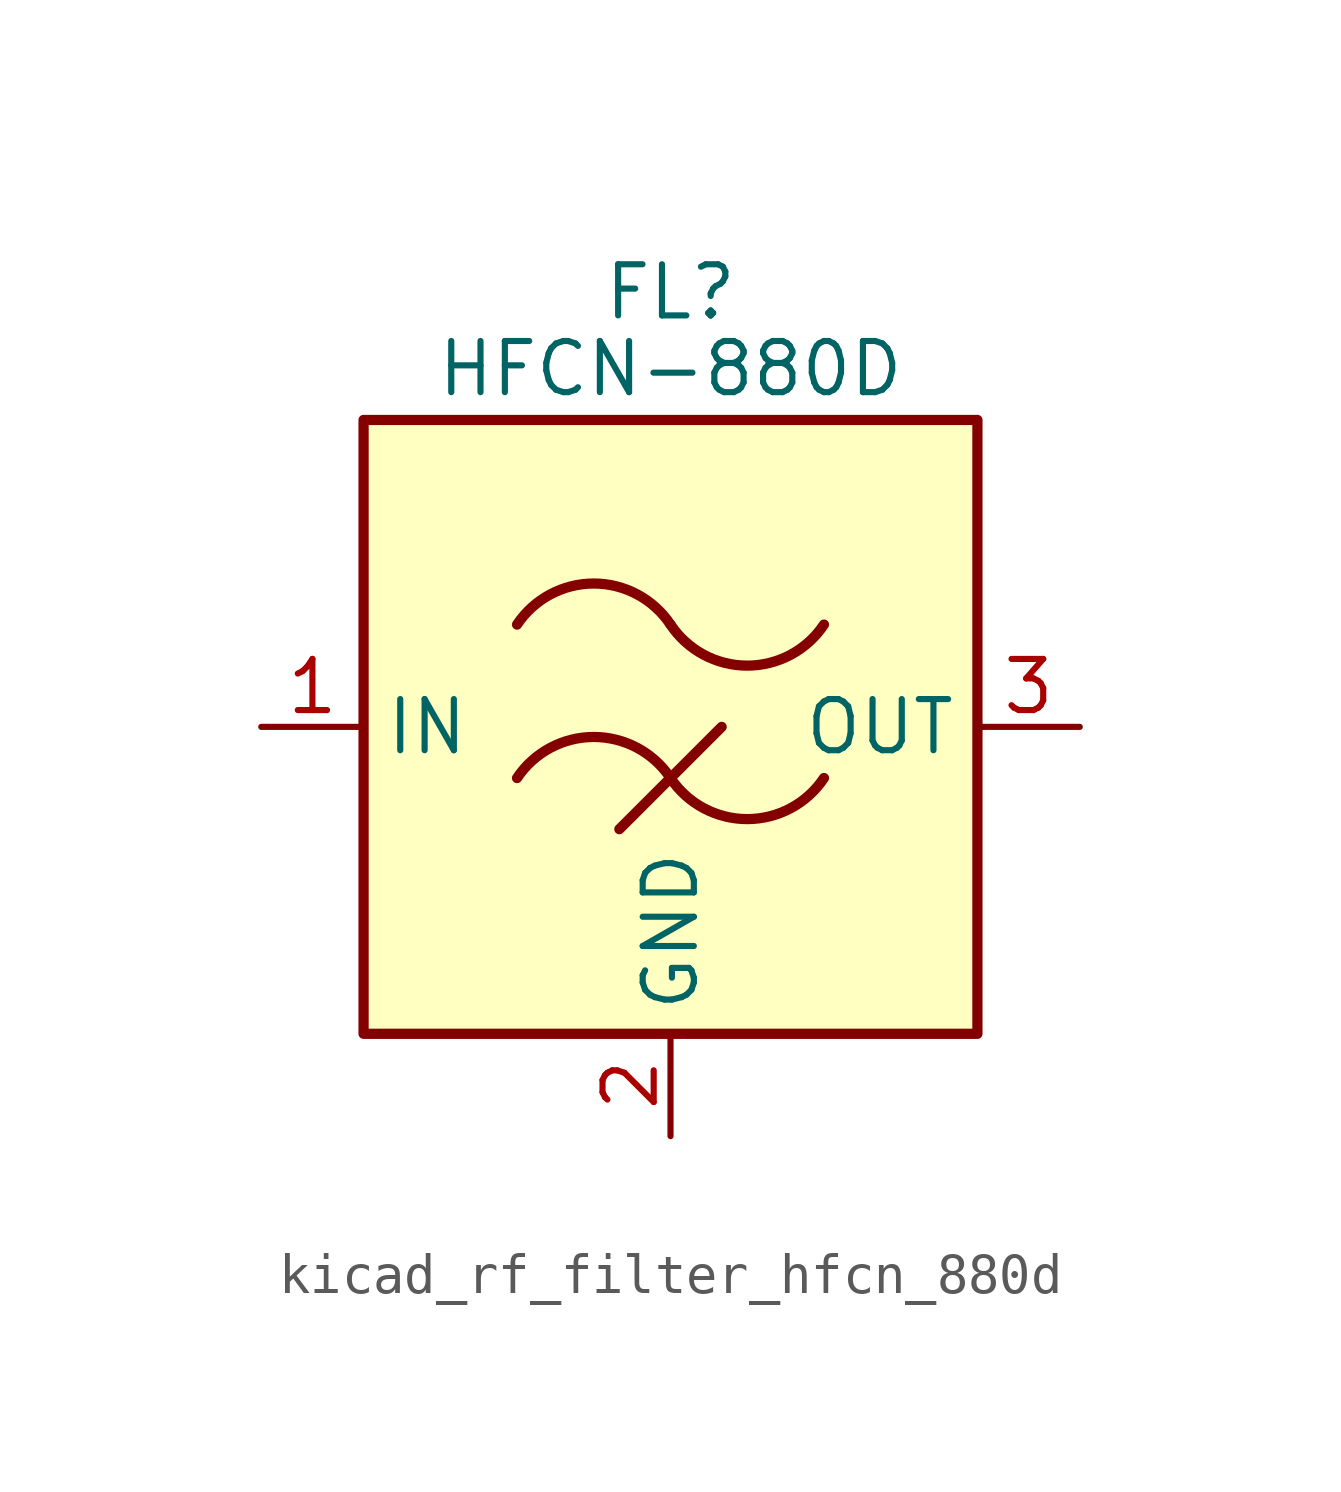
<source format=kicad_sym>
(kicad_symbol_lib
  (version 20220914)
  (generator kicad_symbol_editor)
  (symbol "kicad_rf_filter_hfcn_880d"
    (property "Reference" "FL"
      (at 0 10.795 0)
      (effects (font (size 1.27 1.27))))
    (property "Value" "HFCN-880D"
      (at 0 8.89 0)
      (effects (font (size 1.27 1.27))))
    (symbol "kicad_rf_filter_hfcn_880d_0_1"
      (rectangle (start -7.62 7.62) (end 7.62 -7.62) (stroke (width 0.254) (type default)) (fill (type background)))
      (arc (start 0 -1.27) (mid -1.905 -0.2505) (end -3.81 -1.27) (stroke (width 0.254) (type default)) (fill (type none)))
      (arc (start 0 -1.27) (mid 1.905 -2.2895) (end 3.81 -1.27) (stroke (width 0.254) (type default)) (fill (type none)))
      (polyline (pts (xy -1.27 -2.54) (xy 1.27 0)) (stroke (width 0.254) (type default)) (fill (type none)))
      (arc (start 0 2.54) (mid -1.905 3.5595) (end -3.81 2.54) (stroke (width 0.254) (type default)) (fill (type none)))
      (arc (start 0 2.54) (mid 1.905 1.5205) (end 3.81 2.54) (stroke (width 0.254) (type default)) (fill (type none))))
    (symbol "kicad_rf_filter_hfcn_880d_1_1"
      (pin passive line (at -10.16 0 0) (length 2.54) (name "IN" (effects (font (size 1.27 1.27)))) (number "1" (effects (font (size 1.27 1.27)))))
      (pin passive line (at 0 -10.16 90) (length 2.54) (name "GND" (effects (font (size 1.27 1.27)))) (number "2" (effects (font (size 1.27 1.27)))))
      (pin passive line (at 10.16 0 180) (length 2.54) (name "OUT" (effects (font (size 1.27 1.27)))) (number "3" (effects (font (size 1.27 1.27)))))
      (pin passive line (at 0 -10.16 90) (length 2.54) hide (name "GND" (effects (font (size 1.27 1.27)))) (number "4" (effects (font (size 1.27 1.27))))))))
</source>
